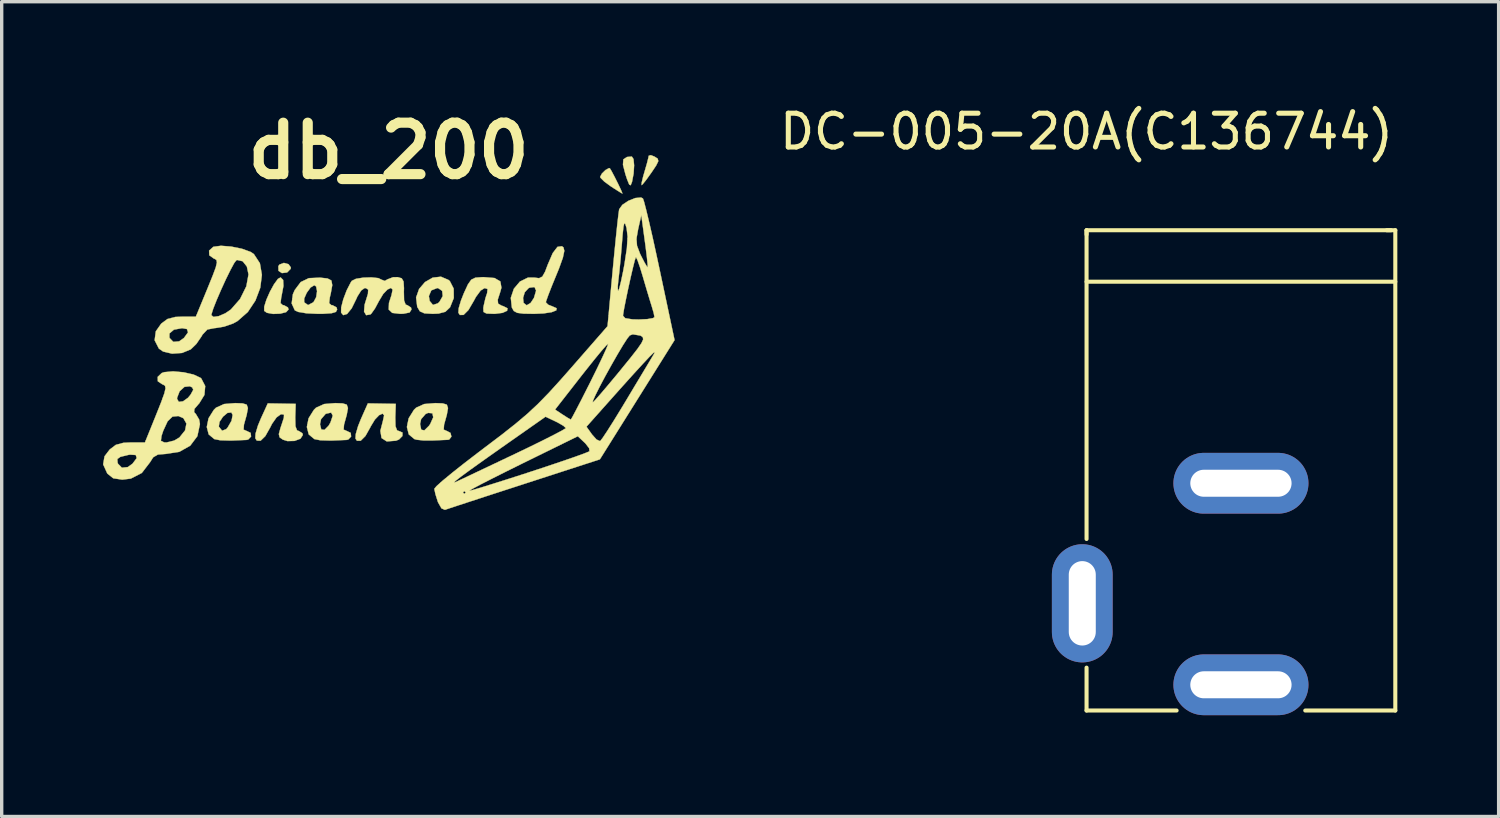
<source format=kicad_pcb>
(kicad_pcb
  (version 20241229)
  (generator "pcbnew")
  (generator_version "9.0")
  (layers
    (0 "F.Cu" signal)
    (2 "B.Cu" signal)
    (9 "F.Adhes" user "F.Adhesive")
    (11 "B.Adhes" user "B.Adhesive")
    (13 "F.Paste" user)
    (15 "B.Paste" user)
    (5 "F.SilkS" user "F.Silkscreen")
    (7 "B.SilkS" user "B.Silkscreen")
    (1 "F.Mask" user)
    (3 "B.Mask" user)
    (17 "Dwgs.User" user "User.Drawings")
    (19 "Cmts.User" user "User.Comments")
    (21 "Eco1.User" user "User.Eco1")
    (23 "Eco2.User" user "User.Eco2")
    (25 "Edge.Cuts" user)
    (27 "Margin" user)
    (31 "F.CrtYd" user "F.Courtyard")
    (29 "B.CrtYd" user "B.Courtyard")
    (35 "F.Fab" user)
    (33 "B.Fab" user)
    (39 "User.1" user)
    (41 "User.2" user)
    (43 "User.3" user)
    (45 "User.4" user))
  (footprint "DC-005-20A(C136744)"
    (layer "F.Cu")
    (at 29.13 3.769)
    (property "Reference" "DC-005-20A(C136744)" (at 0 -2.921 0) (layer "F.SilkS") (effects (font (size 1 1) (thickness 0.15))))
    (attr through_hole)
    (fp_line (start 0 0) (end 9.017 0) (stroke (width 0.12) (type solid)) (layer "F.SilkS"))
    (fp_line (start 0 0.127) (end 0 0) (stroke (width 0.12) (type solid)) (layer "F.SilkS"))
    (fp_line (start 0 9.144) (end 0 0) (stroke (width 0.12) (type solid)) (layer "F.SilkS"))
    (fp_line (start 0 14.224) (end 0 12.954) (stroke (width 0.12) (type solid)) (layer "F.SilkS"))
    (fp_line (start 2.667 14.224) (end 0 14.224) (stroke (width 0.12) (type solid)) (layer "F.SilkS"))
    (fp_line (start 6.477 14.224) (end 9.144 14.224) (stroke (width 0.12) (type solid)) (layer "F.SilkS"))
    (fp_line (start 8.89 0) (end 9.144 0) (stroke (width 0.12) (type solid)) (layer "F.SilkS"))
    (fp_line (start 9.144 0) (end 9.144 14.224) (stroke (width 0.12) (type solid)) (layer "F.SilkS"))
    (fp_line (start 9.144 1.524) (end 0 1.524) (stroke (width 0.12) (type solid)) (layer "F.SilkS"))
    (pad "1" thru_hole oval (at 4.572 13.462) (size 4 1.8) (drill oval 3 0.8) (layers "*.Cu" "*.Mask"))
    (pad "2" thru_hole oval (at 4.572 7.493) (size 4 1.8) (drill oval 3 0.8) (layers "*.Cu" "*.Mask"))
    (pad "3" thru_hole oval (at -0.127 11.049) (size 1.8 3.5) (drill oval 0.8 2.5) (layers "*.Cu" "*.Mask")))
  (footprint "db_200"
    (layer "F.Cu")
    (at 8.459 6.752)
    (property "Reference" "db_200" (at 0 -5.334 0) (layer "F.SilkS") (effects (font (size 1.524 1.524) (thickness 0.3))))
    (attr through_hole)
    (fp_poly (pts (xy -2.964 -1.978) (xy -2.895 -1.882) (xy -2.9 -1.841) (xy -3.005 -1.733) (xy -3.159 -1.714) (xy -3.261 -1.781) (xy -3.265 -1.918) (xy -3.233 -1.966) (xy -3.102 -2.016) (xy -2.964 -1.978)) (stroke (width 0.01) (type solid)) (fill yes) (layer "F.SilkS"))
    (fp_poly (pts (xy 7.253 -5.091) (xy 7.271 -4.905) (xy 7.256 -4.661) (xy 7.209 -4.415) (xy 7.208 -4.413) (xy 7.17 -4.316) (xy 7.127 -4.334) (xy 7.065 -4.486) (xy 7.014 -4.64) (xy 6.941 -4.922) (xy 6.953 -5.083) (xy 7.061 -5.153) (xy 7.204 -5.165) (xy 7.253 -5.091)) (stroke (width 0.01) (type solid)) (fill yes) (layer "F.SilkS"))
    (fp_poly (pts (xy 7.875 -5.164) (xy 7.969 -5.104) (xy 7.988 -5.031) (xy 7.926 -4.903) (xy 7.787 -4.695) (xy 7.637 -4.486) (xy 7.528 -4.349) (xy 7.493 -4.318) (xy 7.495 -4.391) (xy 7.539 -4.576) (xy 7.581 -4.72) (xy 7.652 -4.966) (xy 7.696 -5.143) (xy 7.704 -5.189) (xy 7.766 -5.207) (xy 7.875 -5.164)) (stroke (width 0.01) (type solid)) (fill yes) (layer "F.SilkS"))
    (fp_poly (pts (xy 6.553 -4.817) (xy 6.608 -4.726) (xy 6.699 -4.553) (xy 6.8 -4.351) (xy 6.884 -4.173) (xy 6.924 -4.075) (xy 6.923 -4.069) (xy 6.845 -4.114) (xy 6.675 -4.222) (xy 6.583 -4.282) (xy 6.391 -4.422) (xy 6.278 -4.534) (xy 6.265 -4.563) (xy 6.317 -4.662) (xy 6.426 -4.768) (xy 6.528 -4.823) (xy 6.553 -4.817)) (stroke (width 0.01) (type solid)) (fill yes) (layer "F.SilkS"))
    (fp_poly (pts (xy -3.123 -1.509) (xy -3.115 -1.332) (xy -3.172 -1.028) (xy -3.18 -0.995) (xy -3.2 -0.824) (xy -3.133 -0.764) (xy -3.1 -0.762) (xy -2.982 -0.698) (xy -2.963 -0.635) (xy -3.036 -0.557) (xy -3.21 -0.513) (xy -3.421 -0.505) (xy -3.603 -0.538) (xy -3.684 -0.594) (xy -3.684 -0.718) (xy -3.62 -0.923) (xy -3.515 -1.162) (xy -3.393 -1.384) (xy -3.278 -1.542) (xy -3.197 -1.586) (xy -3.123 -1.509)) (stroke (width 0.01) (type solid)) (fill yes) (layer "F.SilkS"))
    (fp_poly (pts (xy -0.201 2.152) (xy 0.212 2.159) (xy 0.198 2.561) (xy 0.204 2.822) (xy 0.251 2.944) (xy 0.304 2.963) (xy 0.412 3.009) (xy 0.409 3.111) (xy 0.309 3.213) (xy 0.218 3.25) (xy -0.054 3.271) (xy -0.209 3.171) (xy -0.244 2.957) (xy -0.169 2.666) (xy -0.133 2.5) (xy -0.18 2.447) (xy -0.28 2.493) (xy -0.406 2.624) (xy -0.529 2.826) (xy -0.542 2.854) (xy -0.687 3.112) (xy -0.825 3.25) (xy -0.937 3.252) (xy -0.981 3.186) (xy -0.972 3.052) (xy -0.905 2.822) (xy -0.82 2.609) (xy -0.614 2.145) (xy -0.201 2.152)) (stroke (width 0.01) (type solid)) (fill yes) (layer "F.SilkS"))
    (fp_poly (pts (xy -3.165 2.152) (xy -2.752 2.159) (xy -2.765 2.561) (xy -2.759 2.822) (xy -2.712 2.944) (xy -2.66 2.963) (xy -2.552 3.03) (xy -2.54 3.081) (xy -2.612 3.191) (xy -2.786 3.256) (xy -2.995 3.261) (xy -3.13 3.219) (xy -3.228 3.15) (xy -3.251 3.054) (xy -3.203 2.876) (xy -3.173 2.787) (xy -3.103 2.574) (xy -3.098 2.48) (xy -3.161 2.465) (xy -3.198 2.471) (xy -3.319 2.56) (xy -3.454 2.752) (xy -3.505 2.854) (xy -3.652 3.115) (xy -3.79 3.25) (xy -3.903 3.247) (xy -3.948 3.177) (xy -3.94 3.038) (xy -3.871 2.806) (xy -3.786 2.6) (xy -3.578 2.145) (xy -3.165 2.152)) (stroke (width 0.01) (type solid)) (fill yes) (layer "F.SilkS"))
    (fp_poly (pts (xy 1.779 -1.508) (xy 1.814 -1.476) (xy 1.927 -1.255) (xy 1.93 -0.975) (xy 1.822 -0.705) (xy 1.816 -0.696) (xy 1.681 -0.569) (xy 1.478 -0.515) (xy 1.305 -0.508) (xy 1.06 -0.522) (xy 0.927 -0.581) (xy 0.85 -0.71) (xy 0.847 -0.719) (xy 0.814 -0.992) (xy 0.829 -1.033) (xy 1.192 -1.033) (xy 1.216 -0.889) (xy 1.314 -0.771) (xy 1.455 -0.817) (xy 1.507 -0.864) (xy 1.603 -1.032) (xy 1.587 -1.187) (xy 1.468 -1.268) (xy 1.437 -1.27) (xy 1.264 -1.202) (xy 1.192 -1.033) (xy 0.829 -1.033) (xy 0.903 -1.244) (xy 1.078 -1.448) (xy 1.305 -1.579) (xy 1.55 -1.607) (xy 1.779 -1.508)) (stroke (width 0.01) (type solid)) (fill yes) (layer "F.SilkS"))
    (fp_poly (pts (xy -1.36 2.145) (xy -1.24 2.182) (xy -1.204 2.283) (xy -1.24 2.483) (xy -1.32 2.773) (xy -1.332 2.922) (xy -1.238 2.963) (xy -1.123 3.017) (xy -1.11 3.127) (xy -1.195 3.215) (xy -1.249 3.227) (xy -1.71 3.246) (xy -2.024 3.237) (xy -2.199 3.202) (xy -2.365 3.064) (xy -2.421 2.844) (xy -2.405 2.762) (xy -2.032 2.762) (xy -1.994 2.917) (xy -1.9 2.93) (xy -1.777 2.806) (xy -1.72 2.707) (xy -1.654 2.508) (xy -1.702 2.417) (xy -1.854 2.451) (xy -1.868 2.458) (xy -2.002 2.614) (xy -2.032 2.762) (xy -2.405 2.762) (xy -2.37 2.587) (xy -2.214 2.338) (xy -2.148 2.272) (xy -1.908 2.164) (xy -1.58 2.137) (xy -1.36 2.145)) (stroke (width 0.01) (type solid)) (fill yes) (layer "F.SilkS"))
    (fp_poly (pts (xy -4.323 2.145) (xy -4.203 2.182) (xy -4.167 2.283) (xy -4.203 2.483) (xy -4.284 2.773) (xy -4.295 2.922) (xy -4.201 2.963) (xy -4.087 3.017) (xy -4.073 3.127) (xy -4.158 3.215) (xy -4.212 3.227) (xy -4.673 3.246) (xy -4.988 3.237) (xy -5.162 3.202) (xy -5.328 3.064) (xy -5.385 2.844) (xy -5.382 2.829) (xy -5.029 2.829) (xy -5.027 2.834) (xy -4.932 2.954) (xy -4.809 2.908) (xy -4.765 2.857) (xy -4.651 2.658) (xy -4.619 2.487) (xy -4.657 2.413) (xy -4.772 2.426) (xy -4.905 2.538) (xy -5.007 2.691) (xy -5.029 2.829) (xy -5.382 2.829) (xy -5.333 2.587) (xy -5.177 2.338) (xy -5.111 2.272) (xy -4.872 2.164) (xy -4.543 2.137) (xy -4.323 2.145)) (stroke (width 0.01) (type solid)) (fill yes) (layer "F.SilkS"))
    (fp_poly (pts (xy 1.603 2.145) (xy 1.724 2.182) (xy 1.759 2.283) (xy 1.724 2.483) (xy 1.643 2.773) (xy 1.632 2.922) (xy 1.726 2.963) (xy 1.833 3.019) (xy 1.86 3.13) (xy 1.795 3.215) (xy 1.757 3.223) (xy 1.324 3.242) (xy 1.028 3.242) (xy 0.838 3.222) (xy 0.764 3.202) (xy 0.598 3.064) (xy 0.542 2.844) (xy 0.56 2.755) (xy 0.931 2.755) (xy 0.966 2.925) (xy 1.059 2.944) (xy 1.196 2.809) (xy 1.233 2.755) (xy 1.322 2.557) (xy 1.297 2.437) (xy 1.171 2.426) (xy 1.096 2.458) (xy 0.963 2.611) (xy 0.931 2.755) (xy 0.56 2.755) (xy 0.594 2.587) (xy 0.75 2.337) (xy 0.816 2.272) (xy 1.055 2.164) (xy 1.384 2.137) (xy 1.603 2.145)) (stroke (width 0.01) (type solid)) (fill yes) (layer "F.SilkS"))
    (fp_poly (pts (xy 3.138 -1.568) (xy 3.31 -1.466) (xy 3.341 -1.282) (xy 3.304 -1.148) (xy 3.232 -0.926) (xy 3.243 -0.809) (xy 3.348 -0.749) (xy 3.395 -0.735) (xy 3.523 -0.67) (xy 3.509 -0.598) (xy 3.376 -0.537) (xy 3.149 -0.508) (xy 3.118 -0.508) (xy 2.901 -0.516) (xy 2.811 -0.563) (xy 2.805 -0.68) (xy 2.815 -0.741) (xy 2.868 -0.972) (xy 2.918 -1.122) (xy 2.931 -1.243) (xy 2.844 -1.27) (xy 2.726 -1.198) (xy 2.586 -1.008) (xy 2.524 -0.892) (xy 2.364 -0.619) (xy 2.221 -0.476) (xy 2.11 -0.474) (xy 2.067 -0.54) (xy 2.076 -0.673) (xy 2.144 -0.903) (xy 2.23 -1.12) (xy 2.349 -1.378) (xy 2.447 -1.518) (xy 2.569 -1.578) (xy 2.761 -1.593) (xy 2.819 -1.594) (xy 3.138 -1.568)) (stroke (width 0.01) (type solid)) (fill yes) (layer "F.SilkS"))
    (fp_poly (pts (xy -1.809 -1.555) (xy -1.694 -1.494) (xy -1.669 -1.357) (xy -1.714 -1.107) (xy -1.741 -0.995) (xy -1.761 -0.824) (xy -1.694 -0.764) (xy -1.661 -0.762) (xy -1.542 -0.698) (xy -1.524 -0.635) (xy -1.56 -0.565) (xy -1.687 -0.526) (xy -1.938 -0.509) (xy -2.1 -0.508) (xy -2.429 -0.523) (xy -2.673 -0.563) (xy -2.777 -0.61) (xy -2.871 -0.816) (xy -2.852 -0.959) (xy -2.501 -0.959) (xy -2.5 -0.85) (xy -2.387 -0.767) (xy -2.24 -0.843) (xy -2.218 -0.864) (xy -2.144 -1.003) (xy -2.119 -1.178) (xy -2.146 -1.317) (xy -2.199 -1.355) (xy -2.311 -1.287) (xy -2.425 -1.131) (xy -2.501 -0.959) (xy -2.852 -0.959) (xy -2.835 -1.087) (xy -2.78 -1.212) (xy -2.602 -1.449) (xy -2.362 -1.564) (xy -2.032 -1.579) (xy -1.809 -1.555)) (stroke (width 0.01) (type solid)) (fill yes) (layer "F.SilkS"))
    (fp_poly (pts (xy 5.179 -2.475) (xy 5.204 -2.373) (xy 5.161 -2.169) (xy 5.044 -1.844) (xy 4.964 -1.649) (xy 4.83 -1.322) (xy 4.726 -1.055) (xy 4.666 -0.886) (xy 4.657 -0.848) (xy 4.727 -0.777) (xy 4.835 -0.735) (xy 4.975 -0.674) (xy 4.967 -0.611) (xy 4.831 -0.557) (xy 4.589 -0.52) (xy 4.31 -0.508) (xy 3.996 -0.513) (xy 3.809 -0.537) (xy 3.709 -0.591) (xy 3.654 -0.687) (xy 3.65 -0.698) (xy 3.619 -0.98) (xy 3.982 -0.98) (xy 3.998 -0.83) (xy 4.088 -0.762) (xy 4.093 -0.762) (xy 4.207 -0.831) (xy 4.305 -0.98) (xy 4.368 -1.194) (xy 4.321 -1.301) (xy 4.176 -1.283) (xy 4.144 -1.267) (xy 4.033 -1.148) (xy 3.982 -0.98) (xy 3.619 -0.98) (xy 3.619 -0.98) (xy 3.71 -1.25) (xy 3.89 -1.464) (xy 4.127 -1.58) (xy 4.308 -1.581) (xy 4.457 -1.563) (xy 4.553 -1.61) (xy 4.634 -1.754) (xy 4.71 -1.956) (xy 4.861 -2.307) (xy 5.002 -2.491) (xy 5.133 -2.509) (xy 5.179 -2.475)) (stroke (width 0.01) (type solid)) (fill yes) (layer "F.SilkS"))
    (fp_poly (pts (xy 0.389 -1.559) (xy 0.443 -1.465) (xy 0.455 -1.267) (xy 0.452 -1.164) (xy 0.458 -0.904) (xy 0.505 -0.781) (xy 0.558 -0.762) (xy 0.664 -0.694) (xy 0.677 -0.635) (xy 0.621 -0.547) (xy 0.436 -0.51) (xy 0.339 -0.508) (xy 0.108 -0.535) (xy 0.003 -0.634) (xy 0.011 -0.831) (xy 0.085 -1.059) (xy 0.119 -1.224) (xy 0.07 -1.275) (xy -0.033 -1.228) (xy -0.161 -1.095) (xy -0.284 -0.889) (xy -0.285 -0.888) (xy -0.403 -0.667) (xy -0.51 -0.516) (xy -0.538 -0.49) (xy -0.665 -0.468) (xy -0.727 -0.574) (xy -0.711 -0.776) (xy -0.688 -0.853) (xy -0.612 -1.098) (xy -0.605 -1.224) (xy -0.67 -1.268) (xy -0.71 -1.27) (xy -0.813 -1.198) (xy -0.926 -1.019) (xy -0.957 -0.948) (xy -1.095 -0.668) (xy -1.23 -0.503) (xy -1.344 -0.469) (xy -1.407 -0.545) (xy -1.404 -0.698) (xy -1.342 -0.938) (xy -1.241 -1.204) (xy -1.123 -1.434) (xy -1.09 -1.484) (xy -0.968 -1.544) (xy -0.752 -1.579) (xy -0.508 -1.587) (xy -0.303 -1.565) (xy -0.208 -1.518) (xy -0.111 -1.482) (xy -0.039 -1.526) (xy 0.132 -1.592) (xy 0.271 -1.594) (xy 0.389 -1.559)) (stroke (width 0.01) (type solid)) (fill yes) (layer "F.SilkS"))
    (fp_poly (pts (xy -4.66 -2.499) (xy -4.342 -2.434) (xy -4.084 -2.34) (xy -3.99 -2.277) (xy -3.812 -2.005) (xy -3.753 -1.661) (xy -3.801 -1.28) (xy -3.944 -0.901) (xy -4.171 -0.56) (xy -4.472 -0.296) (xy -4.604 -0.222) (xy -4.874 -0.128) (xy -5.138 -0.085) (xy -5.154 -0.085) (xy -5.369 -0.043) (xy -5.514 0.111) (xy -5.543 0.164) (xy -5.695 0.385) (xy -5.86 0.545) (xy -6.117 0.651) (xy -6.413 0.672) (xy -6.678 0.609) (xy -6.803 0.522) (xy -6.929 0.275) (xy -6.92 0.203) (xy -6.492 0.203) (xy -6.376 0.323) (xy -6.203 0.308) (xy -6.06 0.206) (xy -5.94 0.041) (xy -5.972 -0.057) (xy -6.117 -0.083) (xy -6.358 -0.039) (xy -6.49 0.073) (xy -6.492 0.203) (xy -6.92 0.203) (xy -6.894 0.01) (xy -6.735 -0.216) (xy -6.55 -0.354) (xy -6.319 -0.415) (xy -6.118 -0.423) (xy -5.708 -0.423) (xy -5.69 -0.468) (xy -5.249 -0.468) (xy -5.186 -0.416) (xy -5.031 -0.439) (xy -4.835 -0.524) (xy -4.673 -0.634) (xy -4.399 -0.947) (xy -4.213 -1.323) (xy -4.149 -1.675) (xy -4.198 -1.908) (xy -4.322 -2.065) (xy -4.483 -2.102) (xy -4.51 -2.094) (xy -4.575 -2.008) (xy -4.684 -1.806) (xy -4.82 -1.53) (xy -4.962 -1.219) (xy -5.093 -0.916) (xy -5.194 -0.66) (xy -5.246 -0.494) (xy -5.249 -0.468) (xy -5.69 -0.468) (xy -5.362 -1.263) (xy -5.211 -1.635) (xy -5.12 -1.879) (xy -5.085 -2.026) (xy -5.099 -2.103) (xy -5.155 -2.138) (xy -5.175 -2.144) (xy -5.31 -2.241) (xy -5.316 -2.38) (xy -5.191 -2.492) (xy -5.19 -2.493) (xy -4.965 -2.523) (xy -4.66 -2.499)) (stroke (width 0.01) (type solid)) (fill yes) (layer "F.SilkS"))
    (fp_poly (pts (xy -6.071 1.224) (xy -5.777 1.291) (xy -5.571 1.387) (xy -5.547 1.408) (xy -5.432 1.631) (xy -5.455 1.894) (xy -5.61 2.146) (xy -5.623 2.159) (xy -5.751 2.308) (xy -5.76 2.403) (xy -5.707 2.462) (xy -5.612 2.621) (xy -5.588 2.758) (xy -5.664 3.116) (xy -5.875 3.397) (xy -6.198 3.579) (xy -6.594 3.641) (xy -6.832 3.66) (xy -6.972 3.741) (xy -7.067 3.89) (xy -7.309 4.205) (xy -7.634 4.372) (xy -7.888 4.403) (xy -8.155 4.363) (xy -8.326 4.226) (xy -8.335 4.214) (xy -8.454 3.951) (xy -8.427 3.792) (xy -8.034 3.792) (xy -8.027 3.897) (xy -8.014 3.933) (xy -7.899 4.05) (xy -7.726 4.032) (xy -7.584 3.931) (xy -7.46 3.765) (xy -7.488 3.673) (xy -7.663 3.663) (xy -7.72 3.673) (xy -7.943 3.728) (xy -8.034 3.792) (xy -8.427 3.792) (xy -8.412 3.71) (xy -8.259 3.51) (xy -8.078 3.373) (xy -7.852 3.312) (xy -7.634 3.302) (xy -7.217 3.302) (xy -7.197 3.254) (xy -6.744 3.254) (xy -6.647 3.3) (xy -6.577 3.302) (xy -6.351 3.247) (xy -6.195 3.154) (xy -6.027 2.944) (xy -5.988 2.741) (xy -6.078 2.583) (xy -6.227 2.519) (xy -6.401 2.536) (xy -6.545 2.675) (xy -6.675 2.957) (xy -6.726 3.111) (xy -6.744 3.254) (xy -7.197 3.254) (xy -6.877 2.463) (xy -6.729 2.091) (xy -6.701 2.012) (xy -6.265 2.012) (xy -6.213 2.1) (xy -6.089 2.084) (xy -5.941 1.979) (xy -5.864 1.885) (xy -5.785 1.742) (xy -5.817 1.671) (xy -5.887 1.638) (xy -6.045 1.655) (xy -6.189 1.785) (xy -6.263 1.975) (xy -6.265 2.012) (xy -6.701 2.012) (xy -6.641 1.846) (xy -6.607 1.699) (xy -6.621 1.623) (xy -6.677 1.588) (xy -6.698 1.582) (xy -6.835 1.49) (xy -6.839 1.36) (xy -6.719 1.246) (xy -6.645 1.22) (xy -6.383 1.196) (xy -6.071 1.224)) (stroke (width 0.01) (type solid)) (fill yes) (layer "F.SilkS"))
    (fp_poly (pts (xy 7.532 -3.924) (xy 7.566 -3.825) (xy 7.629 -3.583) (xy 7.716 -3.221) (xy 7.821 -2.764) (xy 7.937 -2.234) (xy 8.032 -1.791) (xy 8.469 0.27) (xy 7.363 2.036) (xy 6.257 3.802) (xy 4.017 4.529) (xy 3.428 4.72) (xy 2.889 4.895) (xy 2.422 5.048) (xy 2.049 5.17) (xy 1.792 5.255) (xy 1.671 5.296) (xy 1.668 5.297) (xy 1.566 5.254) (xy 1.465 5.076) (xy 1.457 5.055) (xy 1.388 4.837) (xy 1.377 4.784) (xy 2.201 4.784) (xy 2.244 4.826) (xy 2.286 4.784) (xy 2.244 4.741) (xy 2.201 4.784) (xy 1.377 4.784) (xy 1.366 4.734) (xy 2.391 4.734) (xy 2.487 4.711) (xy 2.719 4.643) (xy 3.063 4.536) (xy 3.494 4.4) (xy 3.989 4.241) (xy 4.169 4.182) (xy 4.68 4.014) (xy 5.137 3.86) (xy 5.514 3.73) (xy 5.788 3.631) (xy 5.933 3.572) (xy 5.949 3.563) (xy 5.939 3.472) (xy 5.828 3.329) (xy 5.809 3.311) (xy 5.604 3.118) (xy 3.966 3.922) (xy 3.49 4.158) (xy 3.074 4.367) (xy 2.739 4.538) (xy 2.506 4.662) (xy 2.396 4.727) (xy 2.391 4.734) (xy 1.366 4.734) (xy 1.355 4.683) (xy 1.355 4.673) (xy 1.42 4.595) (xy 1.539 4.489) (xy 1.936 4.489) (xy 1.99 4.473) (xy 2.089 4.426) (xy 2.317 4.319) (xy 2.649 4.161) (xy 3.063 3.965) (xy 3.532 3.742) (xy 3.662 3.681) (xy 4.137 3.453) (xy 4.555 3.248) (xy 4.893 3.077) (xy 5.13 2.952) (xy 5.243 2.884) (xy 5.249 2.876) (xy 5.206 2.835) (xy 5.86 2.835) (xy 6.027 3.069) (xy 6.158 3.215) (xy 6.259 3.261) (xy 6.268 3.258) (xy 6.335 3.173) (xy 6.472 2.968) (xy 6.662 2.668) (xy 6.888 2.3) (xy 7.039 2.05) (xy 7.286 1.637) (xy 7.512 1.261) (xy 7.697 0.952) (xy 7.823 0.741) (xy 7.861 0.677) (xy 7.886 0.623) (xy 7.846 0.647) (xy 7.732 0.758) (xy 7.538 0.965) (xy 7.254 1.275) (xy 6.874 1.697) (xy 6.465 2.156) (xy 5.86 2.835) (xy 5.206 2.835) (xy 5.181 2.811) (xy 5.01 2.712) (xy 4.949 2.682) (xy 4.648 2.539) (xy 3.361 3.442) (xy 2.826 3.82) (xy 2.423 4.108) (xy 2.145 4.312) (xy 1.985 4.437) (xy 1.936 4.489) (xy 1.539 4.489) (xy 1.601 4.433) (xy 1.88 4.203) (xy 2.236 3.921) (xy 2.65 3.603) (xy 2.821 3.473) (xy 3.343 3.078) (xy 3.761 2.748) (xy 4.11 2.453) (xy 4.244 2.328) (xy 4.93 2.328) (xy 5.153 2.476) (xy 5.313 2.578) (xy 5.396 2.624) (xy 5.397 2.624) (xy 5.44 2.553) (xy 5.544 2.357) (xy 5.668 2.117) (xy 6.045 2.117) (xy 6.11 2.055) (xy 6.261 1.884) (xy 6.479 1.628) (xy 6.744 1.311) (xy 6.862 1.167) (xy 7.163 0.797) (xy 7.368 0.535) (xy 7.489 0.36) (xy 7.539 0.251) (xy 7.53 0.187) (xy 7.474 0.145) (xy 7.452 0.135) (xy 7.231 0.099) (xy 7.143 0.132) (xy 7.069 0.223) (xy 6.941 0.421) (xy 6.778 0.695) (xy 6.597 1.012) (xy 6.416 1.339) (xy 6.253 1.646) (xy 6.126 1.899) (xy 6.052 2.066) (xy 6.045 2.117) (xy 5.668 2.117) (xy 5.697 2.062) (xy 5.883 1.695) (xy 5.974 1.515) (xy 6.168 1.122) (xy 6.328 0.787) (xy 6.443 0.536) (xy 6.499 0.397) (xy 6.502 0.378) (xy 6.443 0.431) (xy 6.3 0.595) (xy 6.091 0.849) (xy 5.835 1.17) (xy 5.702 1.339) (xy 4.93 2.328) (xy 4.244 2.328) (xy 4.424 2.16) (xy 4.738 1.838) (xy 5.087 1.455) (xy 5.386 1.116) (xy 6.484 -0.141) (xy 6.513 -0.448) (xy 6.943 -0.448) (xy 7.009 -0.378) (xy 7.217 -0.344) (xy 7.408 -0.339) (xy 7.663 -0.351) (xy 7.833 -0.381) (xy 7.874 -0.411) (xy 7.85 -0.536) (xy 7.794 -0.728) (xy 7.731 -0.931) (xy 7.64 -1.234) (xy 7.54 -1.573) (xy 7.534 -1.596) (xy 7.445 -1.886) (xy 7.372 -2.095) (xy 7.327 -2.186) (xy 7.323 -2.186) (xy 7.291 -2.094) (xy 7.237 -1.879) (xy 7.168 -1.585) (xy 7.095 -1.254) (xy 7.028 -0.932) (xy 6.974 -0.66) (xy 6.945 -0.483) (xy 6.943 -0.448) (xy 6.513 -0.448) (xy 6.591 -1.3) (xy 6.785 -1.3) (xy 6.793 -1.191) (xy 6.8 -1.185) (xy 6.832 -1.263) (xy 6.884 -1.471) (xy 6.947 -1.773) (xy 6.984 -1.972) (xy 7.057 -2.449) (xy 7.074 -2.735) (xy 7.341 -2.735) (xy 7.357 -2.525) (xy 7.446 -2.29) (xy 7.474 -2.232) (xy 7.581 -2.024) (xy 7.655 -1.902) (xy 7.673 -1.887) (xy 7.671 -1.974) (xy 7.649 -2.19) (xy 7.611 -2.497) (xy 7.588 -2.668) (xy 7.484 -3.429) (xy 7.39 -3.014) (xy 7.341 -2.735) (xy 7.074 -2.735) (xy 7.078 -2.795) (xy 7.049 -3.042) (xy 7.047 -3.052) (xy 7.009 -3.172) (xy 6.98 -3.191) (xy 6.956 -3.09) (xy 6.93 -2.85) (xy 6.909 -2.582) (xy 6.877 -2.196) (xy 6.842 -1.836) (xy 6.812 -1.563) (xy 6.804 -1.503) (xy 6.785 -1.3) (xy 6.591 -1.3) (xy 6.636 -1.785) (xy 6.686 -2.305) (xy 6.733 -2.776) (xy 6.774 -3.169) (xy 6.807 -3.453) (xy 6.828 -3.6) (xy 6.829 -3.604) (xy 6.922 -3.735) (xy 7.102 -3.855) (xy 7.307 -3.937) (xy 7.477 -3.952) (xy 7.532 -3.924)) (stroke (width 0.01) (type solid)) (fill yes) (layer "F.SilkS")))
  (gr_rect
    (start -3 -3)
    (end 41.334 21.131)
    (stroke (width 0.1) (type default))
    (fill no)
    (layer "Edge.Cuts")))
</source>
